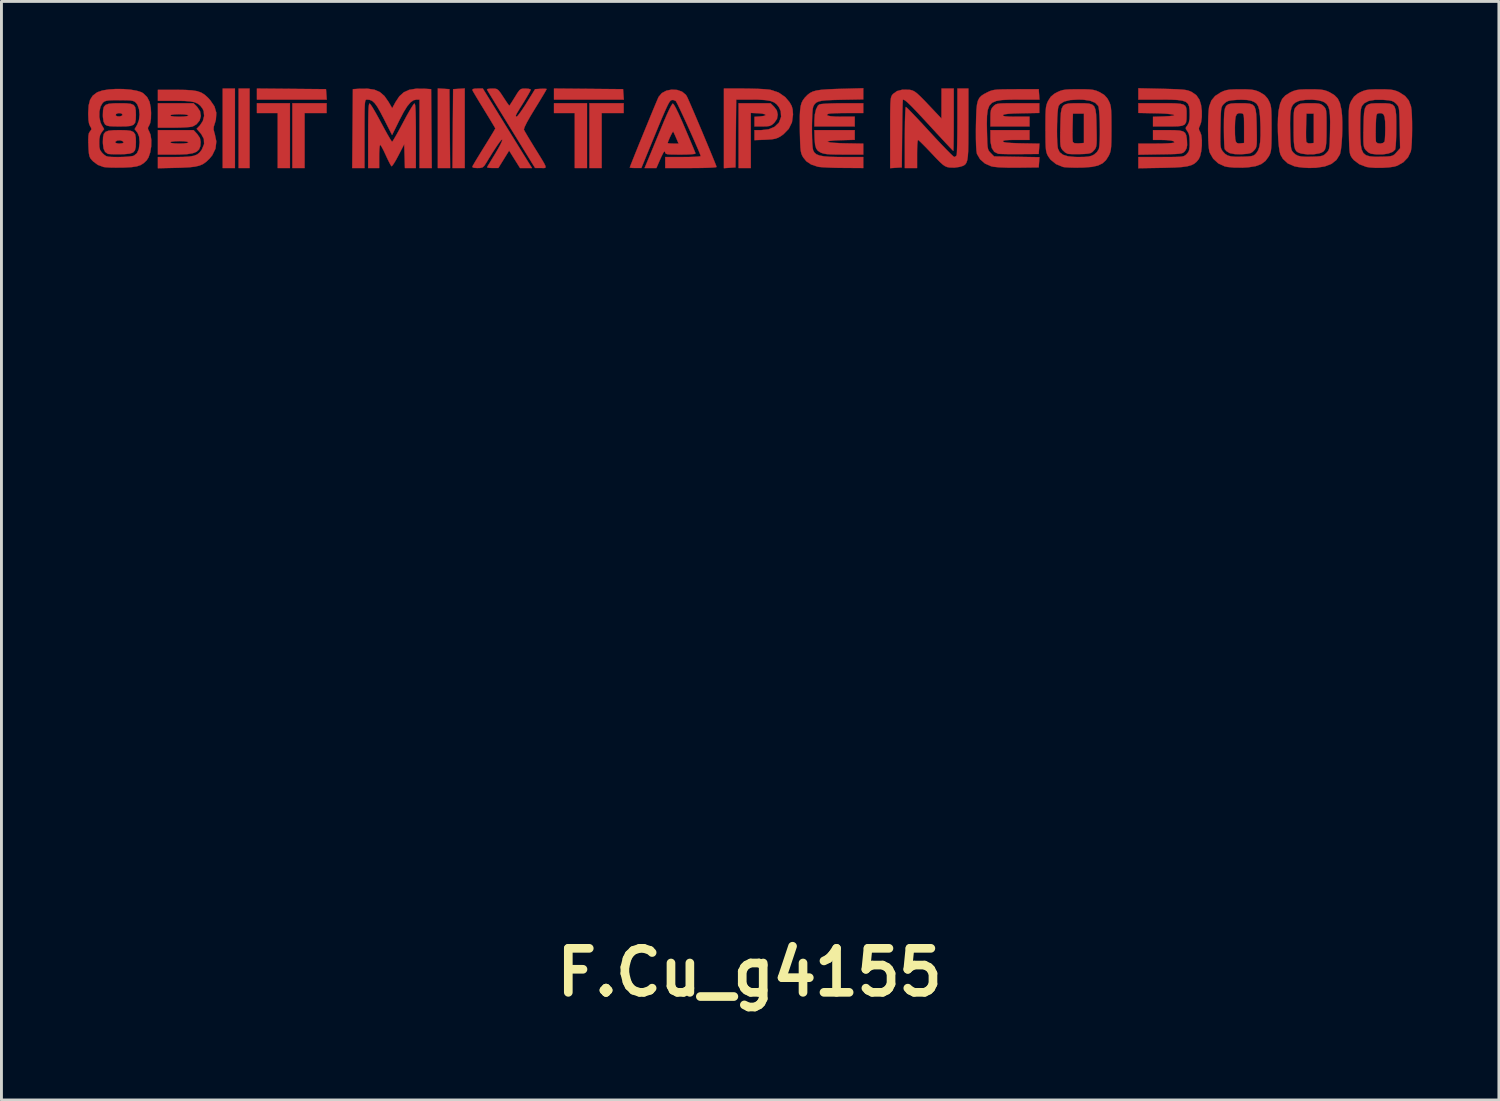
<source format=kicad_pcb>
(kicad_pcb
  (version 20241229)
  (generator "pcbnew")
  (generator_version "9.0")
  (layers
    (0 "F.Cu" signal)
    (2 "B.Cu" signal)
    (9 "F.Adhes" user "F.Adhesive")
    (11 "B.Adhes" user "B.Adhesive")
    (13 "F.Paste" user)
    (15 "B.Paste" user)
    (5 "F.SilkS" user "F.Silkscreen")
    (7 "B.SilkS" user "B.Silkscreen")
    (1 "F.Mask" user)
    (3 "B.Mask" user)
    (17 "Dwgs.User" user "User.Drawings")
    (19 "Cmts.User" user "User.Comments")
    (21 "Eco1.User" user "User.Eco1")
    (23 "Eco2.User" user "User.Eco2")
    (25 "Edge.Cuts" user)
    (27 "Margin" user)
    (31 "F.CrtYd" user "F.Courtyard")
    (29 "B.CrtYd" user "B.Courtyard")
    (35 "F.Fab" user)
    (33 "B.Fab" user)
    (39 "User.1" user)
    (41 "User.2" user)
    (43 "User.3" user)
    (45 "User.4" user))
  (footprint "F.Cu_g4155"
    (layer "F.Cu")
    (at 22.907 30.624)
    (property "Reference" "F.Cu_g4155" (at 0 0 0) (layer "F.SilkS") (effects (font (size 1.524 1.524) (thickness 0.3))))
    (attr through_hole)
    (fp_poly (pts (xy -17.822 -27.855) (xy -18.246 -27.855) (xy -18.246 -30.607) (xy -17.822 -30.607) (xy -17.822 -27.855)) (stroke (width 0.01) (type solid)) (fill yes) (layer "F.Cu"))
    (fp_poly (pts (xy -17.314 -27.855) (xy -17.695 -27.855) (xy -17.695 -30.607) (xy -17.314 -30.607) (xy -17.314 -27.855)) (stroke (width 0.01) (type solid)) (fill yes) (layer "F.Cu"))
    (fp_poly (pts (xy -9.864 -27.855) (xy -10.288 -27.855) (xy -10.266 -30.586) (xy -10.065 -30.599) (xy -9.864 -30.612) (xy -9.864 -27.855)) (stroke (width 0.01) (type solid)) (fill yes) (layer "F.Cu"))
    (fp_poly (pts (xy -15.917 -27.855) (xy -16.341 -27.855) (xy -16.341 -29.76) (xy -17.06 -29.76) (xy -17.06 -30.099) (xy -15.917 -30.099) (xy -15.917 -27.855)) (stroke (width 0.01) (type solid)) (fill yes) (layer "F.Cu"))
    (fp_poly (pts (xy -15.864 -30.597) (xy -14.668 -30.586) (xy -14.655 -30.406) (xy -14.642 -30.226) (xy -17.06 -30.226) (xy -17.06 -30.608) (xy -15.864 -30.597)) (stroke (width 0.01) (type solid)) (fill yes) (layer "F.Cu"))
    (fp_poly (pts (xy -14.647 -29.76) (xy -15.409 -29.76) (xy -15.409 -27.855) (xy -15.833 -27.855) (xy -15.833 -30.099) (xy -14.647 -30.099) (xy -14.647 -29.76)) (stroke (width 0.01) (type solid)) (fill yes) (layer "F.Cu"))
    (fp_poly (pts (xy -10.594 -30.599) (xy -10.393 -30.586) (xy -10.382 -29.221) (xy -10.37 -27.855) (xy -10.795 -27.855) (xy -10.795 -30.612) (xy -10.594 -30.599)) (stroke (width 0.01) (type solid)) (fill yes) (layer "F.Cu"))
    (fp_poly (pts (xy -5.63 -27.855) (xy -6.054 -27.855) (xy -6.054 -29.76) (xy -6.773 -29.76) (xy -6.773 -30.099) (xy -5.63 -30.099) (xy -5.63 -27.855)) (stroke (width 0.01) (type solid)) (fill yes) (layer "F.Cu"))
    (fp_poly (pts (xy -5.577 -30.597) (xy -4.381 -30.586) (xy -4.368 -30.406) (xy -4.355 -30.226) (xy -6.773 -30.226) (xy -6.773 -30.608) (xy -5.577 -30.597)) (stroke (width 0.01) (type solid)) (fill yes) (layer "F.Cu"))
    (fp_poly (pts (xy -4.36 -29.76) (xy -5.122 -29.76) (xy -5.122 -27.855) (xy -5.546 -27.855) (xy -5.546 -30.099) (xy -4.36 -30.099) (xy -4.36 -29.76)) (stroke (width 0.01) (type solid)) (fill yes) (layer "F.Cu"))
    (fp_poly (pts (xy 0.85 -29.975) (xy 0.943 -29.851) (xy 0.973 -29.714) (xy 0.974 -29.697) (xy 0.949 -29.556) (xy 0.863 -29.432) (xy 0.85 -29.418) (xy 0.773 -29.35) (xy 0.696 -29.313) (xy 0.589 -29.298) (xy 0.448 -29.295) (xy 0.169 -29.295) (xy 0.169 -29.629) (xy 0.36 -29.642) (xy 0.498 -29.66) (xy 0.555 -29.687) (xy 0.534 -29.715) (xy 0.44 -29.739) (xy 0.307 -29.752) (xy 0.042 -29.764) (xy 0.042 -27.855) (xy -0.381 -27.855) (xy -0.381 -30.099) (xy 0.726 -30.099) (xy 0.85 -29.975)) (stroke (width 0.01) (type solid)) (fill yes) (layer "F.Cu"))
    (fp_poly (pts (xy 3.641 -28.832) (xy 3.175 -28.82) (xy 2.937 -28.81) (xy 2.782 -28.795) (xy 2.707 -28.778) (xy 2.709 -28.76) (xy 2.788 -28.742) (xy 2.94 -28.727) (xy 3.164 -28.715) (xy 3.313 -28.711) (xy 3.937 -28.7) (xy 3.937 -28.321) (xy 3.27 -28.321) (xy 3.003 -28.323) (xy 2.805 -28.328) (xy 2.663 -28.339) (xy 2.56 -28.357) (xy 2.481 -28.383) (xy 2.455 -28.395) (xy 2.364 -28.454) (xy 2.305 -28.535) (xy 2.27 -28.655) (xy 2.253 -28.832) (xy 2.249 -28.945) (xy 2.244 -29.168) (xy 3.641 -29.168) (xy 3.641 -28.832)) (stroke (width 0.01) (type solid)) (fill yes) (layer "F.Cu"))
    (fp_poly (pts (xy 3.937 -29.76) (xy 3.369 -29.76) (xy 3.153 -29.758) (xy 2.965 -29.753) (xy 2.821 -29.746) (xy 2.741 -29.737) (xy 2.734 -29.735) (xy 2.677 -29.7) (xy 2.7 -29.671) (xy 2.8 -29.65) (xy 2.971 -29.637) (xy 3.177 -29.633) (xy 3.641 -29.633) (xy 3.641 -29.295) (xy 2.244 -29.295) (xy 2.244 -29.496) (xy 2.259 -29.709) (xy 2.301 -29.888) (xy 2.364 -30.013) (xy 2.412 -30.056) (xy 2.481 -30.071) (xy 2.619 -30.083) (xy 2.813 -30.092) (xy 3.046 -30.098) (xy 3.215 -30.099) (xy 3.937 -30.099) (xy 3.937 -29.76)) (stroke (width 0.01) (type solid)) (fill yes) (layer "F.Cu"))
    (fp_poly (pts (xy 9.694 -28.829) (xy 9.225 -28.829) (xy 9.011 -28.827) (xy 8.871 -28.819) (xy 8.795 -28.804) (xy 8.772 -28.782) (xy 8.774 -28.776) (xy 8.808 -28.753) (xy 8.901 -28.736) (xy 9.059 -28.723) (xy 9.291 -28.714) (xy 9.414 -28.711) (xy 10.038 -28.7) (xy 10.025 -28.521) (xy 10.012 -28.342) (xy 9.356 -28.337) (xy 9.121 -28.336) (xy 8.911 -28.338) (xy 8.743 -28.342) (xy 8.633 -28.347) (xy 8.605 -28.35) (xy 8.474 -28.415) (xy 8.387 -28.548) (xy 8.345 -28.752) (xy 8.34 -28.877) (xy 8.34 -29.168) (xy 9.694 -29.168) (xy 9.694 -28.829)) (stroke (width 0.01) (type solid)) (fill yes) (layer "F.Cu"))
    (fp_poly (pts (xy 10.033 -29.763) (xy 9.412 -29.751) (xy 9.147 -29.744) (xy 8.959 -29.733) (xy 8.84 -29.717) (xy 8.782 -29.697) (xy 8.774 -29.686) (xy 8.786 -29.662) (xy 8.851 -29.646) (xy 8.978 -29.637) (xy 9.177 -29.633) (xy 9.225 -29.633) (xy 9.694 -29.633) (xy 9.694 -29.295) (xy 8.34 -29.295) (xy 8.34 -29.593) (xy 8.343 -29.758) (xy 8.359 -29.864) (xy 8.394 -29.938) (xy 8.444 -29.995) (xy 8.484 -30.032) (xy 8.526 -30.06) (xy 8.585 -30.078) (xy 8.673 -30.09) (xy 8.804 -30.096) (xy 8.991 -30.098) (xy 9.247 -30.099) (xy 9.29 -30.099) (xy 10.033 -30.099) (xy 10.033 -29.763)) (stroke (width 0.01) (type solid)) (fill yes) (layer "F.Cu"))
    (fp_poly (pts (xy 14.536 -30.099) (xy 14.759 -30.094) (xy 14.918 -30.08) (xy 15.024 -30.053) (xy 15.088 -30.007) (xy 15.121 -29.938) (xy 15.133 -29.841) (xy 15.134 -29.711) (xy 15.134 -29.697) (xy 15.131 -29.543) (xy 15.113 -29.434) (xy 15.067 -29.363) (xy 14.982 -29.321) (xy 14.844 -29.301) (xy 14.641 -29.295) (xy 14.494 -29.295) (xy 13.97 -29.295) (xy 13.97 -29.63) (xy 14.34 -29.642) (xy 14.541 -29.653) (xy 14.662 -29.668) (xy 14.707 -29.685) (xy 14.679 -29.704) (xy 14.583 -29.721) (xy 14.424 -29.737) (xy 14.204 -29.748) (xy 14.076 -29.751) (xy 13.462 -29.763) (xy 13.462 -30.099) (xy 14.24 -30.099) (xy 14.536 -30.099)) (stroke (width 0.01) (type solid)) (fill yes) (layer "F.Cu"))
    (fp_poly (pts (xy -19.13 -29.036) (xy -19.034 -28.895) (xy -19.008 -28.758) (xy -19.02 -28.611) (xy -19.064 -28.5) (xy -19.149 -28.42) (xy -19.284 -28.367) (xy -19.479 -28.336) (xy -19.743 -28.323) (xy -19.916 -28.321) (xy -20.489 -28.321) (xy -20.489 -28.744) (xy -20.066 -28.744) (xy -20.027 -28.723) (xy -19.92 -28.708) (xy -19.763 -28.702) (xy -19.748 -28.702) (xy -19.589 -28.707) (xy -19.477 -28.721) (xy -19.431 -28.742) (xy -19.431 -28.744) (xy -19.47 -28.766) (xy -19.577 -28.781) (xy -19.734 -28.787) (xy -19.748 -28.787) (xy -19.908 -28.781) (xy -20.02 -28.767) (xy -20.066 -28.746) (xy -20.066 -28.744) (xy -20.489 -28.744) (xy -20.489 -29.168) (xy -19.253 -29.168) (xy -19.13 -29.036)) (stroke (width 0.01) (type solid)) (fill yes) (layer "F.Cu"))
    (fp_poly (pts (xy -19.131 -29.975) (xy -19.029 -29.822) (xy -19.001 -29.657) (xy -19.045 -29.5) (xy -19.155 -29.368) (xy -19.287 -29.293) (xy -19.369 -29.278) (xy -19.516 -29.265) (xy -19.707 -29.256) (xy -19.922 -29.252) (xy -19.942 -29.252) (xy -20.489 -29.252) (xy -20.489 -29.676) (xy -20.066 -29.676) (xy -20.027 -29.654) (xy -19.92 -29.639) (xy -19.763 -29.633) (xy -19.748 -29.633) (xy -19.589 -29.639) (xy -19.477 -29.653) (xy -19.431 -29.674) (xy -19.431 -29.676) (xy -19.47 -29.697) (xy -19.577 -29.712) (xy -19.734 -29.718) (xy -19.748 -29.718) (xy -19.908 -29.713) (xy -20.02 -29.699) (xy -20.066 -29.678) (xy -20.066 -29.676) (xy -20.489 -29.676) (xy -20.489 -30.099) (xy -19.255 -30.099) (xy -19.131 -29.975)) (stroke (width 0.01) (type solid)) (fill yes) (layer "F.Cu"))
    (fp_poly (pts (xy 14.718 -29.165) (xy 14.894 -29.153) (xy 15.011 -29.124) (xy 15.083 -29.071) (xy 15.122 -28.987) (xy 15.141 -28.866) (xy 15.146 -28.802) (xy 15.151 -28.646) (xy 15.134 -28.543) (xy 15.09 -28.462) (xy 15.079 -28.447) (xy 15.046 -28.41) (xy 15.009 -28.383) (xy 14.955 -28.363) (xy 14.872 -28.35) (xy 14.745 -28.341) (xy 14.563 -28.335) (xy 14.313 -28.33) (xy 14.228 -28.329) (xy 13.462 -28.316) (xy 13.462 -28.702) (xy 14.073 -28.702) (xy 14.292 -28.704) (xy 14.48 -28.711) (xy 14.62 -28.721) (xy 14.698 -28.734) (xy 14.708 -28.74) (xy 14.694 -28.779) (xy 14.601 -28.807) (xy 14.433 -28.824) (xy 14.256 -28.828) (xy 13.97 -28.829) (xy 13.97 -29.168) (xy 14.47 -29.168) (xy 14.718 -29.165)) (stroke (width 0.01) (type solid)) (fill yes) (layer "F.Cu"))
    (fp_poly (pts (xy -21.585 -30.096) (xy -21.429 -30.079) (xy -21.331 -30.039) (xy -21.278 -29.967) (xy -21.256 -29.852) (xy -21.251 -29.697) (xy -21.256 -29.535) (xy -21.279 -29.423) (xy -21.334 -29.353) (xy -21.433 -29.314) (xy -21.591 -29.298) (xy -21.819 -29.295) (xy -22.023 -29.297) (xy -22.16 -29.305) (xy -22.247 -29.322) (xy -22.302 -29.351) (xy -22.324 -29.372) (xy -22.372 -29.467) (xy -22.393 -29.625) (xy -22.394 -29.677) (xy -21.951 -29.677) (xy -21.949 -29.674) (xy -21.894 -29.645) (xy -21.809 -29.643) (xy -21.737 -29.666) (xy -21.713 -29.697) (xy -21.747 -29.741) (xy -21.781 -29.753) (xy -21.873 -29.754) (xy -21.939 -29.724) (xy -21.951 -29.677) (xy -22.394 -29.677) (xy -22.394 -29.704) (xy -22.388 -29.862) (xy -22.362 -29.971) (xy -22.301 -30.041) (xy -22.194 -30.079) (xy -22.028 -30.096) (xy -21.812 -30.099) (xy -21.585 -30.096)) (stroke (width 0.01) (type solid)) (fill yes) (layer "F.Cu"))
    (fp_poly (pts (xy -21.587 -29.163) (xy -21.43 -29.144) (xy -21.331 -29.1) (xy -21.277 -29.022) (xy -21.255 -28.901) (xy -21.251 -28.76) (xy -21.257 -28.585) (xy -21.285 -28.467) (xy -21.348 -28.394) (xy -21.46 -28.355) (xy -21.635 -28.337) (xy -21.766 -28.333) (xy -21.947 -28.331) (xy -22.099 -28.335) (xy -22.201 -28.343) (xy -22.225 -28.348) (xy -22.317 -28.413) (xy -22.371 -28.526) (xy -22.393 -28.703) (xy -22.394 -28.763) (xy -21.966 -28.763) (xy -21.954 -28.726) (xy -21.873 -28.704) (xy -21.823 -28.702) (xy -21.725 -28.712) (xy -21.676 -28.736) (xy -21.675 -28.741) (xy -21.711 -28.787) (xy -21.793 -28.813) (xy -21.885 -28.809) (xy -21.902 -28.804) (xy -21.966 -28.763) (xy -22.394 -28.763) (xy -22.394 -28.767) (xy -22.388 -28.927) (xy -22.362 -29.038) (xy -22.302 -29.109) (xy -22.196 -29.148) (xy -22.029 -29.164) (xy -21.815 -29.168) (xy -21.587 -29.163)) (stroke (width 0.01) (type solid)) (fill yes) (layer "F.Cu"))
    (fp_poly (pts (xy 0.058 -30.604) (xy 0.3 -30.597) (xy 0.511 -30.586) (xy 0.669 -30.572) (xy 0.723 -30.564) (xy 1.004 -30.471) (xy 1.237 -30.31) (xy 1.386 -30.133) (xy 1.457 -30.007) (xy 1.492 -29.882) (xy 1.503 -29.718) (xy 1.503 -29.697) (xy 1.467 -29.436) (xy 1.357 -29.213) (xy 1.171 -29.023) (xy 1.093 -28.967) (xy 0.993 -28.908) (xy 0.893 -28.871) (xy 0.766 -28.849) (xy 0.587 -28.837) (xy 0.543 -28.835) (xy 0.169 -28.821) (xy 0.169 -29.168) (xy 0.406 -29.168) (xy 0.662 -29.197) (xy 0.865 -29.283) (xy 1.009 -29.421) (xy 1.021 -29.439) (xy 1.092 -29.629) (xy 1.079 -29.823) (xy 1.021 -29.954) (xy 0.944 -30.056) (xy 0.847 -30.13) (xy 0.717 -30.18) (xy 0.539 -30.209) (xy 0.301 -30.224) (xy 0.09 -30.226) (xy -0.464 -30.226) (xy -0.487 -27.877) (xy -0.688 -27.864) (xy -0.889 -27.851) (xy -0.889 -30.607) (xy -0.196 -30.607) (xy 0.058 -30.604)) (stroke (width 0.01) (type solid)) (fill yes) (layer "F.Cu"))
    (fp_poly (pts (xy -12.989 -30.567) (xy -12.8 -30.484) (xy -12.643 -30.347) (xy -12.505 -30.149) (xy -12.498 -30.138) (xy -12.376 -29.927) (xy -12.262 -30.137) (xy -12.129 -30.338) (xy -11.975 -30.478) (xy -11.786 -30.564) (xy -11.547 -30.603) (xy -11.246 -30.6) (xy -11.239 -30.6) (xy -11.028 -30.586) (xy -11.017 -29.221) (xy -11.005 -27.855) (xy -11.43 -27.855) (xy -11.43 -30.226) (xy -11.533 -30.226) (xy -11.637 -30.203) (xy -11.743 -30.128) (xy -11.855 -29.994) (xy -11.979 -29.794) (xy -12.122 -29.521) (xy -12.127 -29.511) (xy -12.38 -28.998) (xy -12.666 -29.563) (xy -12.794 -29.808) (xy -12.897 -29.985) (xy -12.985 -30.105) (xy -13.067 -30.179) (xy -13.151 -30.215) (xy -13.247 -30.226) (xy -13.252 -30.226) (xy -13.277 -30.223) (xy -13.296 -30.208) (xy -13.31 -30.172) (xy -13.32 -30.105) (xy -13.327 -29.998) (xy -13.332 -29.842) (xy -13.334 -29.628) (xy -13.335 -29.347) (xy -13.335 -29.041) (xy -13.335 -27.855) (xy -13.76 -27.855) (xy -13.737 -30.586) (xy -13.525 -30.6) (xy -13.226 -30.603) (xy -12.989 -30.567)) (stroke (width 0.01) (type solid)) (fill yes) (layer "F.Cu"))
    (fp_poly (pts (xy 10.025 -30.406) (xy 10.038 -30.226) (xy 9.336 -30.226) (xy 8.996 -30.223) (xy 8.732 -30.21) (xy 8.535 -30.176) (xy 8.394 -30.114) (xy 8.301 -30.013) (xy 8.247 -29.866) (xy 8.221 -29.663) (xy 8.216 -29.394) (xy 8.22 -29.142) (xy 8.226 -28.894) (xy 8.232 -28.717) (xy 8.242 -28.594) (xy 8.258 -28.512) (xy 8.282 -28.456) (xy 8.317 -28.41) (xy 8.351 -28.375) (xy 8.468 -28.258) (xy 9.253 -28.244) (xy 10.038 -28.231) (xy 10.012 -27.877) (xy 9.292 -27.868) (xy 8.929 -27.869) (xy 8.648 -27.879) (xy 8.448 -27.899) (xy 8.369 -27.915) (xy 8.154 -28.009) (xy 7.985 -28.155) (xy 7.878 -28.336) (xy 7.87 -28.362) (xy 7.855 -28.461) (xy 7.844 -28.632) (xy 7.838 -28.864) (xy 7.837 -29.144) (xy 7.839 -29.323) (xy 7.846 -29.635) (xy 7.856 -29.874) (xy 7.875 -30.053) (xy 7.906 -30.184) (xy 7.954 -30.28) (xy 8.022 -30.353) (xy 8.116 -30.416) (xy 8.234 -30.478) (xy 8.311 -30.515) (xy 8.385 -30.541) (xy 8.471 -30.56) (xy 8.582 -30.572) (xy 8.733 -30.579) (xy 8.94 -30.582) (xy 9.216 -30.584) (xy 9.226 -30.584) (xy 10.012 -30.586) (xy 10.025 -30.406)) (stroke (width 0.01) (type solid)) (fill yes) (layer "F.Cu"))
    (fp_poly (pts (xy -2.623 -30.054) (xy -2.558 -29.942) (xy -2.467 -29.757) (xy -2.352 -29.502) (xy -2.244 -29.251) (xy -2.137 -29) (xy -2.042 -28.775) (xy -1.963 -28.587) (xy -1.906 -28.449) (xy -1.874 -28.372) (xy -1.87 -28.362) (xy -1.904 -28.344) (xy -2.012 -28.332) (xy -2.186 -28.323) (xy -2.385 -28.321) (xy -2.605 -28.322) (xy -2.754 -28.325) (xy -2.847 -28.334) (xy -2.898 -28.351) (xy -2.92 -28.378) (xy -2.929 -28.413) (xy -2.946 -28.436) (xy -2.984 -28.389) (xy -3.045 -28.268) (xy -3.085 -28.181) (xy -3.227 -27.855) (xy -3.636 -27.855) (xy -3.42 -28.374) (xy -3.319 -28.618) (xy -3.277 -28.72) (xy -2.836 -28.72) (xy -2.798 -28.709) (xy -2.703 -28.703) (xy -2.647 -28.702) (xy -2.458 -28.702) (xy -2.544 -28.902) (xy -2.596 -29.019) (xy -2.635 -29.1) (xy -2.647 -29.12) (xy -2.67 -29.094) (xy -2.712 -29.016) (xy -2.762 -28.912) (xy -2.806 -28.81) (xy -2.833 -28.736) (xy -2.836 -28.72) (xy -3.277 -28.72) (xy -3.2 -28.906) (xy -3.077 -29.202) (xy -2.966 -29.471) (xy -2.96 -29.485) (xy -2.871 -29.692) (xy -2.789 -29.869) (xy -2.721 -30.002) (xy -2.673 -30.077) (xy -2.659 -30.089) (xy -2.623 -30.054)) (stroke (width 0.01) (type solid)) (fill yes) (layer "F.Cu"))
    (fp_poly (pts (xy 19.591 -30.097) (xy 19.709 -30.087) (xy 19.787 -30.064) (xy 19.847 -30.024) (xy 19.877 -29.995) (xy 19.917 -29.953) (xy 19.944 -29.908) (xy 19.963 -29.846) (xy 19.973 -29.752) (xy 19.979 -29.612) (xy 19.98 -29.412) (xy 19.98 -29.223) (xy 19.978 -28.945) (xy 19.97 -28.74) (xy 19.953 -28.594) (xy 19.924 -28.496) (xy 19.877 -28.433) (xy 19.811 -28.392) (xy 19.722 -28.362) (xy 19.534 -28.331) (xy 19.316 -28.328) (xy 19.118 -28.354) (xy 19.078 -28.364) (xy 18.994 -28.395) (xy 18.933 -28.438) (xy 18.891 -28.505) (xy 18.863 -28.61) (xy 18.848 -28.764) (xy 18.841 -28.979) (xy 18.841 -29.082) (xy 19.268 -29.082) (xy 19.269 -28.917) (xy 19.274 -28.8) (xy 19.281 -28.755) (xy 19.338 -28.713) (xy 19.42 -28.71) (xy 19.537 -28.723) (xy 19.537 -29.739) (xy 19.283 -29.739) (xy 19.271 -29.276) (xy 19.268 -29.082) (xy 18.841 -29.082) (xy 18.84 -29.223) (xy 18.84 -29.475) (xy 18.842 -29.656) (xy 18.849 -29.782) (xy 18.861 -29.865) (xy 18.882 -29.922) (xy 18.913 -29.964) (xy 18.942 -29.995) (xy 19.001 -30.046) (xy 19.067 -30.077) (xy 19.163 -30.093) (xy 19.31 -30.099) (xy 19.41 -30.099) (xy 19.591 -30.097)) (stroke (width 0.01) (type solid)) (fill yes) (layer "F.Cu"))
    (fp_poly (pts (xy -19.844 -30.564) (xy -19.543 -30.56) (xy -19.312 -30.546) (xy -19.134 -30.518) (xy -18.993 -30.47) (xy -18.874 -30.397) (xy -18.761 -30.296) (xy -18.68 -30.207) (xy -18.531 -29.991) (xy -18.466 -29.768) (xy -18.481 -29.532) (xy -18.514 -29.417) (xy -18.555 -29.287) (xy -18.561 -29.19) (xy -18.535 -29.081) (xy -18.521 -29.04) (xy -18.466 -28.776) (xy -18.495 -28.528) (xy -18.606 -28.298) (xy -18.703 -28.18) (xy -18.813 -28.074) (xy -18.923 -27.995) (xy -19.049 -27.94) (xy -19.207 -27.903) (xy -19.411 -27.88) (xy -19.678 -27.867) (xy -19.823 -27.863) (xy -20.489 -27.848) (xy -20.489 -28.236) (xy -19.895 -28.236) (xy -19.612 -28.24) (xy -19.401 -28.253) (xy -19.246 -28.279) (xy -19.133 -28.323) (xy -19.048 -28.389) (xy -18.978 -28.48) (xy -18.964 -28.503) (xy -18.889 -28.688) (xy -18.898 -28.864) (xy -18.991 -29.035) (xy -19.014 -29.062) (xy -19.147 -29.214) (xy -19.032 -29.334) (xy -18.933 -29.485) (xy -18.888 -29.658) (xy -18.903 -29.825) (xy -18.941 -29.91) (xy -19.017 -30.01) (xy -19.105 -30.083) (xy -19.217 -30.133) (xy -19.369 -30.163) (xy -19.575 -30.179) (xy -19.85 -30.183) (xy -19.886 -30.184) (xy -20.489 -30.184) (xy -20.489 -30.565) (xy -19.844 -30.564)) (stroke (width 0.01) (type solid)) (fill yes) (layer "F.Cu"))
    (fp_poly (pts (xy 7.07 -29.527) (xy 7.069 -29.235) (xy 7.068 -28.973) (xy 7.065 -28.752) (xy 7.062 -28.583) (xy 7.058 -28.479) (xy 7.055 -28.448) (xy 7.024 -28.478) (xy 6.943 -28.562) (xy 6.819 -28.693) (xy 6.661 -28.863) (xy 6.475 -29.063) (xy 6.27 -29.286) (xy 6.245 -29.314) (xy 5.995 -29.584) (xy 5.796 -29.797) (xy 5.641 -29.959) (xy 5.522 -30.077) (xy 5.435 -30.156) (xy 5.373 -30.203) (xy 5.328 -30.223) (xy 5.31 -30.226) (xy 5.305 -30.185) (xy 5.3 -30.071) (xy 5.295 -29.893) (xy 5.29 -29.663) (xy 5.286 -29.392) (xy 5.282 -29.089) (xy 5.282 -29.051) (xy 5.271 -27.877) (xy 4.868 -27.851) (xy 4.868 -29.078) (xy 4.868 -29.433) (xy 4.869 -29.712) (xy 4.872 -29.927) (xy 4.876 -30.087) (xy 4.884 -30.202) (xy 4.895 -30.281) (xy 4.911 -30.336) (xy 4.931 -30.375) (xy 4.958 -30.41) (xy 4.966 -30.419) (xy 5.105 -30.52) (xy 5.297 -30.57) (xy 5.525 -30.566) (xy 5.567 -30.56) (xy 5.64 -30.541) (xy 5.714 -30.504) (xy 5.8 -30.44) (xy 5.91 -30.338) (xy 6.057 -30.19) (xy 6.19 -30.05) (xy 6.644 -29.57) (xy 6.645 -30.088) (xy 6.646 -30.607) (xy 7.07 -30.607) (xy 7.07 -29.527)) (stroke (width 0.01) (type solid)) (fill yes) (layer "F.Cu"))
    (fp_poly (pts (xy 11.596 -30.098) (xy 11.751 -30.087) (xy 11.86 -30.055) (xy 11.933 -29.991) (xy 11.976 -29.884) (xy 11.999 -29.724) (xy 12.01 -29.499) (xy 12.015 -29.262) (xy 12.02 -29.008) (xy 12.021 -28.825) (xy 12.016 -28.697) (xy 12.005 -28.611) (xy 11.986 -28.552) (xy 11.957 -28.504) (xy 11.926 -28.468) (xy 11.87 -28.409) (xy 11.809 -28.373) (xy 11.721 -28.353) (xy 11.584 -28.342) (xy 11.468 -28.338) (xy 11.291 -28.336) (xy 11.137 -28.338) (xy 11.034 -28.346) (xy 11.018 -28.348) (xy 10.926 -28.395) (xy 10.836 -28.48) (xy 10.835 -28.481) (xy 10.802 -28.529) (xy 10.779 -28.583) (xy 10.764 -28.659) (xy 10.757 -28.769) (xy 10.755 -28.93) (xy 10.757 -29.082) (xy 11.182 -29.082) (xy 11.183 -28.917) (xy 11.189 -28.8) (xy 11.195 -28.755) (xy 11.25 -28.716) (xy 11.377 -28.709) (xy 11.398 -28.71) (xy 11.578 -28.723) (xy 11.578 -29.739) (xy 11.197 -29.739) (xy 11.185 -29.276) (xy 11.182 -29.082) (xy 10.757 -29.082) (xy 10.758 -29.155) (xy 10.76 -29.265) (xy 10.767 -29.55) (xy 10.779 -29.761) (xy 10.806 -29.91) (xy 10.855 -30.007) (xy 10.934 -30.063) (xy 11.053 -30.09) (xy 11.218 -30.098) (xy 11.388 -30.099) (xy 11.596 -30.098)) (stroke (width 0.01) (type solid)) (fill yes) (layer "F.Cu"))
    (fp_poly (pts (xy -11.593 -30.077) (xy -11.58 -30.024) (xy -11.571 -29.922) (xy -11.564 -29.763) (xy -11.56 -29.541) (xy -11.557 -29.247) (xy -11.557 -28.981) (xy -11.557 -27.855) (xy -11.935 -27.855) (xy -11.959 -28.681) (xy -12.162 -28.288) (xy -12.248 -28.128) (xy -12.323 -28.004) (xy -12.378 -27.93) (xy -12.399 -27.916) (xy -12.431 -27.962) (xy -12.487 -28.068) (xy -12.558 -28.213) (xy -12.597 -28.299) (xy -12.671 -28.456) (xy -12.735 -28.578) (xy -12.78 -28.649) (xy -12.793 -28.66) (xy -12.808 -28.62) (xy -12.819 -28.515) (xy -12.826 -28.361) (xy -12.827 -28.258) (xy -12.827 -27.855) (xy -13.208 -27.855) (xy -13.208 -28.981) (xy -13.207 -29.332) (xy -13.204 -29.606) (xy -13.2 -29.811) (xy -13.192 -29.954) (xy -13.181 -30.042) (xy -13.168 -30.084) (xy -13.155 -30.089) (xy -13.119 -30.048) (xy -13.051 -29.944) (xy -12.96 -29.789) (xy -12.853 -29.597) (xy -12.757 -29.419) (xy -12.643 -29.207) (xy -12.541 -29.023) (xy -12.458 -28.881) (xy -12.402 -28.791) (xy -12.379 -28.765) (xy -12.35 -28.801) (xy -12.29 -28.9) (xy -12.204 -29.05) (xy -12.101 -29.239) (xy -12.005 -29.419) (xy -11.891 -29.633) (xy -11.786 -29.82) (xy -11.699 -29.966) (xy -11.637 -30.06) (xy -11.61 -30.089) (xy -11.593 -30.077)) (stroke (width 0.01) (type solid)) (fill yes) (layer "F.Cu"))
    (fp_poly (pts (xy 3.937 -30.233) (xy 3.186 -30.219) (xy 2.888 -30.212) (xy 2.662 -30.201) (xy 2.498 -30.184) (xy 2.382 -30.157) (xy 2.303 -30.118) (xy 2.249 -30.064) (xy 2.208 -29.992) (xy 2.204 -29.983) (xy 2.187 -29.901) (xy 2.174 -29.754) (xy 2.165 -29.559) (xy 2.16 -29.337) (xy 2.16 -29.105) (xy 2.164 -28.883) (xy 2.173 -28.69) (xy 2.186 -28.544) (xy 2.201 -28.47) (xy 2.244 -28.392) (xy 2.314 -28.332) (xy 2.421 -28.289) (xy 2.575 -28.261) (xy 2.787 -28.244) (xy 3.068 -28.237) (xy 3.237 -28.236) (xy 3.937 -28.236) (xy 3.937 -27.855) (xy 3.228 -27.86) (xy 2.978 -27.863) (xy 2.747 -27.871) (xy 2.552 -27.881) (xy 2.411 -27.893) (xy 2.359 -27.902) (xy 2.131 -27.978) (xy 1.965 -28.09) (xy 1.856 -28.225) (xy 1.819 -28.29) (xy 1.792 -28.359) (xy 1.773 -28.446) (xy 1.76 -28.566) (xy 1.751 -28.735) (xy 1.745 -28.967) (xy 1.742 -29.079) (xy 1.738 -29.405) (xy 1.739 -29.658) (xy 1.749 -29.852) (xy 1.769 -29.999) (xy 1.8 -30.112) (xy 1.846 -30.203) (xy 1.907 -30.285) (xy 1.918 -30.298) (xy 2.003 -30.386) (xy 2.09 -30.454) (xy 2.192 -30.505) (xy 2.323 -30.541) (xy 2.495 -30.566) (xy 2.721 -30.582) (xy 3.013 -30.594) (xy 3.143 -30.597) (xy 3.937 -30.619) (xy 3.937 -30.233)) (stroke (width 0.01) (type solid)) (fill yes) (layer "F.Cu"))
    (fp_poly (pts (xy -8.589 -29.559) (xy -8.412 -29.272) (xy -8.238 -28.99) (xy -8.076 -28.728) (xy -7.934 -28.498) (xy -7.82 -28.314) (xy -7.741 -28.187) (xy -7.739 -28.183) (xy -7.535 -27.855) (xy -7.949 -27.855) (xy -8.327 -28.459) (xy -8.513 -28.158) (xy -8.7 -27.856) (xy -8.903 -27.856) (xy -9.017 -27.861) (xy -9.083 -27.876) (xy -9.089 -27.887) (xy -9.062 -27.934) (xy -8.999 -28.037) (xy -8.911 -28.183) (xy -8.808 -28.352) (xy -8.707 -28.525) (xy -8.626 -28.674) (xy -8.576 -28.785) (xy -8.562 -28.839) (xy -8.591 -28.83) (xy -8.658 -28.752) (xy -8.757 -28.611) (xy -8.887 -28.412) (xy -9.043 -28.161) (xy -9.111 -28.048) (xy -9.184 -27.935) (xy -9.246 -27.878) (xy -9.327 -27.858) (xy -9.423 -27.855) (xy -9.546 -27.862) (xy -9.597 -27.886) (xy -9.598 -27.91) (xy -9.569 -27.963) (xy -9.504 -28.075) (xy -9.409 -28.232) (xy -9.292 -28.423) (xy -9.191 -28.587) (xy -9.065 -28.79) (xy -8.956 -28.968) (xy -8.872 -29.108) (xy -8.82 -29.198) (xy -8.805 -29.226) (xy -8.826 -29.266) (xy -8.885 -29.366) (xy -8.974 -29.514) (xy -9.086 -29.698) (xy -9.189 -29.867) (xy -9.317 -30.075) (xy -9.429 -30.26) (xy -9.518 -30.41) (xy -9.577 -30.511) (xy -9.596 -30.548) (xy -9.59 -30.586) (xy -9.524 -30.604) (xy -9.427 -30.607) (xy -9.236 -30.607) (xy -8.589 -29.559)) (stroke (width 0.01) (type solid)) (fill yes) (layer "F.Cu"))
    (fp_poly (pts (xy 7.578 -29.368) (xy 7.577 -28.988) (xy 7.575 -28.685) (xy 7.57 -28.448) (xy 7.558 -28.268) (xy 7.54 -28.137) (xy 7.511 -28.046) (xy 7.472 -27.985) (xy 7.42 -27.945) (xy 7.353 -27.918) (xy 7.272 -27.895) (xy 7.11 -27.871) (xy 6.94 -27.872) (xy 6.915 -27.875) (xy 6.838 -27.891) (xy 6.767 -27.921) (xy 6.689 -27.975) (xy 6.592 -28.063) (xy 6.462 -28.194) (xy 6.3 -28.366) (xy 6.146 -28.528) (xy 6.012 -28.665) (xy 5.908 -28.767) (xy 5.846 -28.822) (xy 5.833 -28.829) (xy 5.82 -28.789) (xy 5.809 -28.682) (xy 5.802 -28.523) (xy 5.8 -28.342) (xy 5.8 -27.855) (xy 5.376 -27.855) (xy 5.376 -28.914) (xy 5.378 -29.203) (xy 5.381 -29.462) (xy 5.387 -29.68) (xy 5.395 -29.845) (xy 5.403 -29.945) (xy 5.411 -29.972) (xy 5.448 -29.942) (xy 5.534 -29.857) (xy 5.661 -29.726) (xy 5.823 -29.556) (xy 6.011 -29.355) (xy 6.217 -29.131) (xy 6.242 -29.104) (xy 6.451 -28.878) (xy 6.643 -28.674) (xy 6.811 -28.5) (xy 6.947 -28.363) (xy 7.042 -28.273) (xy 7.089 -28.237) (xy 7.091 -28.236) (xy 7.151 -28.271) (xy 7.171 -28.303) (xy 7.178 -28.362) (xy 7.184 -28.494) (xy 7.189 -28.687) (xy 7.193 -28.928) (xy 7.196 -29.206) (xy 7.197 -29.489) (xy 7.197 -30.607) (xy 7.578 -30.607) (xy 7.578 -29.368)) (stroke (width 0.01) (type solid)) (fill yes) (layer "F.Cu"))
    (fp_poly (pts (xy 17.172 -30.097) (xy 17.315 -30.085) (xy 17.416 -30.051) (xy 17.483 -29.984) (xy 17.524 -29.873) (xy 17.546 -29.707) (xy 17.556 -29.476) (xy 17.561 -29.262) (xy 17.565 -29.008) (xy 17.566 -28.825) (xy 17.562 -28.697) (xy 17.551 -28.611) (xy 17.532 -28.551) (xy 17.502 -28.504) (xy 17.473 -28.469) (xy 17.411 -28.407) (xy 17.341 -28.37) (xy 17.238 -28.349) (xy 17.078 -28.336) (xy 17.057 -28.335) (xy 16.813 -28.336) (xy 16.643 -28.367) (xy 16.612 -28.379) (xy 16.513 -28.44) (xy 16.454 -28.507) (xy 16.453 -28.51) (xy 16.443 -28.576) (xy 16.435 -28.71) (xy 16.429 -28.895) (xy 16.426 -29.117) (xy 16.425 -29.251) (xy 16.806 -29.251) (xy 16.808 -29.024) (xy 16.817 -28.869) (xy 16.838 -28.773) (xy 16.874 -28.724) (xy 16.93 -28.708) (xy 16.992 -28.71) (xy 17.124 -28.723) (xy 17.124 -29.231) (xy 17.123 -29.445) (xy 17.12 -29.589) (xy 17.11 -29.678) (xy 17.092 -29.725) (xy 17.063 -29.745) (xy 17.026 -29.753) (xy 16.934 -29.754) (xy 16.871 -29.719) (xy 16.832 -29.636) (xy 16.813 -29.494) (xy 16.806 -29.281) (xy 16.806 -29.251) (xy 16.425 -29.251) (xy 16.425 -29.254) (xy 16.427 -29.541) (xy 16.435 -29.755) (xy 16.457 -29.905) (xy 16.501 -30.004) (xy 16.574 -30.062) (xy 16.683 -30.089) (xy 16.834 -30.098) (xy 16.979 -30.099) (xy 17.172 -30.097)) (stroke (width 0.01) (type solid)) (fill yes) (layer "F.Cu"))
    (fp_poly (pts (xy 22.028 -30.097) (xy 22.168 -30.085) (xy 22.266 -30.051) (xy 22.331 -29.984) (xy 22.369 -29.874) (xy 22.388 -29.709) (xy 22.394 -29.48) (xy 22.394 -29.248) (xy 22.392 -29.012) (xy 22.385 -28.801) (xy 22.375 -28.633) (xy 22.361 -28.523) (xy 22.353 -28.492) (xy 22.268 -28.414) (xy 22.12 -28.358) (xy 21.927 -28.328) (xy 21.71 -28.327) (xy 21.517 -28.351) (xy 21.425 -28.396) (xy 21.335 -28.48) (xy 21.334 -28.481) (xy 21.301 -28.529) (xy 21.278 -28.583) (xy 21.263 -28.659) (xy 21.256 -28.769) (xy 21.254 -28.93) (xy 21.256 -29.083) (xy 21.681 -29.083) (xy 21.682 -28.918) (xy 21.687 -28.802) (xy 21.693 -28.758) (xy 21.748 -28.714) (xy 21.842 -28.703) (xy 21.935 -28.723) (xy 21.988 -28.769) (xy 21.999 -28.839) (xy 22.007 -28.971) (xy 22.012 -29.143) (xy 22.013 -29.251) (xy 22.008 -29.473) (xy 21.99 -29.623) (xy 21.954 -29.712) (xy 21.894 -29.752) (xy 21.806 -29.755) (xy 21.793 -29.753) (xy 21.751 -29.743) (xy 21.722 -29.717) (xy 21.704 -29.66) (xy 21.694 -29.557) (xy 21.687 -29.392) (xy 21.684 -29.276) (xy 21.681 -29.083) (xy 21.256 -29.083) (xy 21.257 -29.155) (xy 21.259 -29.265) (xy 21.266 -29.55) (xy 21.279 -29.761) (xy 21.305 -29.91) (xy 21.353 -30.007) (xy 21.429 -30.063) (xy 21.542 -30.09) (xy 21.699 -30.098) (xy 21.841 -30.099) (xy 22.028 -30.097)) (stroke (width 0.01) (type solid)) (fill yes) (layer "F.Cu"))
    (fp_poly (pts (xy 14.298 -30.599) (xy 14.59 -30.591) (xy 14.81 -30.583) (xy 14.973 -30.573) (xy 15.093 -30.559) (xy 15.182 -30.54) (xy 15.255 -30.514) (xy 15.317 -30.485) (xy 15.472 -30.376) (xy 15.574 -30.227) (xy 15.581 -30.213) (xy 15.633 -30.042) (xy 15.66 -29.834) (xy 15.66 -29.621) (xy 15.634 -29.434) (xy 15.599 -29.335) (xy 15.559 -29.24) (xy 15.566 -29.17) (xy 15.604 -29.104) (xy 15.644 -28.989) (xy 15.662 -28.82) (xy 15.66 -28.624) (xy 15.639 -28.43) (xy 15.6 -28.263) (xy 15.552 -28.161) (xy 15.478 -28.072) (xy 15.395 -28.003) (xy 15.29 -27.952) (xy 15.153 -27.915) (xy 14.972 -27.89) (xy 14.733 -27.874) (xy 14.426 -27.865) (xy 14.298 -27.862) (xy 13.462 -27.848) (xy 13.462 -28.236) (xy 14.247 -28.236) (xy 14.523 -28.237) (xy 14.727 -28.239) (xy 14.872 -28.244) (xy 14.971 -28.253) (xy 15.037 -28.269) (xy 15.083 -28.293) (xy 15.121 -28.325) (xy 15.136 -28.34) (xy 15.193 -28.408) (xy 15.224 -28.487) (xy 15.238 -28.602) (xy 15.24 -28.737) (xy 15.233 -28.919) (xy 15.209 -29.041) (xy 15.162 -29.128) (xy 15.16 -29.131) (xy 15.107 -29.207) (xy 15.108 -29.26) (xy 15.16 -29.332) (xy 15.21 -29.424) (xy 15.235 -29.556) (xy 15.24 -29.698) (xy 15.237 -29.862) (xy 15.22 -29.989) (xy 15.18 -30.082) (xy 15.106 -30.147) (xy 14.99 -30.188) (xy 14.821 -30.212) (xy 14.59 -30.223) (xy 14.285 -30.226) (xy 14.205 -30.226) (xy 13.462 -30.226) (xy 13.462 -30.618) (xy 14.298 -30.599)) (stroke (width 0.01) (type solid)) (fill yes) (layer "F.Cu"))
    (fp_poly (pts (xy -2.51 -30.56) (xy -2.34 -30.501) (xy -2.209 -30.394) (xy -2.172 -30.337) (xy -2.135 -30.259) (xy -2.074 -30.121) (xy -1.992 -29.932) (xy -1.895 -29.707) (xy -1.788 -29.454) (xy -1.675 -29.188) (xy -1.562 -28.918) (xy -1.453 -28.657) (xy -1.353 -28.417) (xy -1.267 -28.208) (xy -1.2 -28.043) (xy -1.157 -27.934) (xy -1.143 -27.891) (xy -1.183 -27.88) (xy -1.296 -27.871) (xy -1.468 -27.863) (xy -1.688 -27.858) (xy -1.944 -27.856) (xy -2.032 -27.855) (xy -2.921 -27.855) (xy -2.921 -28.236) (xy -2.307 -28.236) (xy -2.09 -28.238) (xy -1.907 -28.244) (xy -1.772 -28.253) (xy -1.701 -28.264) (xy -1.693 -28.269) (xy -1.71 -28.323) (xy -1.757 -28.44) (xy -1.829 -28.607) (xy -1.918 -28.811) (xy -2.019 -29.039) (xy -2.126 -29.277) (xy -2.233 -29.511) (xy -2.335 -29.73) (xy -2.424 -29.919) (xy -2.495 -30.065) (xy -2.542 -30.154) (xy -2.556 -30.176) (xy -2.646 -30.214) (xy -2.701 -30.208) (xy -2.726 -30.195) (xy -2.754 -30.168) (xy -2.787 -30.121) (xy -2.828 -30.046) (xy -2.881 -29.936) (xy -2.949 -29.784) (xy -3.036 -29.583) (xy -3.143 -29.327) (xy -3.275 -29.007) (xy -3.435 -28.618) (xy -3.474 -28.523) (xy -3.747 -27.857) (xy -3.948 -27.856) (xy -4.065 -27.859) (xy -4.137 -27.868) (xy -4.149 -27.874) (xy -4.133 -27.918) (xy -4.09 -28.029) (xy -4.024 -28.195) (xy -3.94 -28.404) (xy -3.843 -28.645) (xy -3.736 -28.906) (xy -3.626 -29.175) (xy -3.517 -29.441) (xy -3.414 -29.692) (xy -3.321 -29.917) (xy -3.243 -30.103) (xy -3.185 -30.24) (xy -3.152 -30.315) (xy -3.149 -30.321) (xy -3.038 -30.451) (xy -2.881 -30.535) (xy -2.698 -30.571) (xy -2.51 -30.56)) (stroke (width 0.01) (type solid)) (fill yes) (layer "F.Cu"))
    (fp_poly (pts (xy -7.651 -30.599) (xy -7.585 -30.578) (xy -7.578 -30.567) (xy -7.599 -30.517) (xy -7.657 -30.412) (xy -7.742 -30.267) (xy -7.833 -30.117) (xy -7.951 -29.929) (xy -8.029 -29.801) (xy -8.075 -29.72) (xy -8.094 -29.674) (xy -8.093 -29.651) (xy -8.077 -29.637) (xy -8.069 -29.633) (xy -8.035 -29.659) (xy -7.966 -29.746) (xy -7.872 -29.879) (xy -7.761 -30.048) (xy -7.73 -30.099) (xy -7.428 -30.586) (xy -7.227 -30.599) (xy -7.111 -30.602) (xy -7.039 -30.596) (xy -7.027 -30.589) (xy -7.049 -30.548) (xy -7.107 -30.447) (xy -7.197 -30.297) (xy -7.31 -30.11) (xy -7.434 -29.909) (xy -7.596 -29.641) (xy -7.715 -29.43) (xy -7.788 -29.28) (xy -7.815 -29.195) (xy -7.814 -29.182) (xy -7.783 -29.123) (xy -7.716 -29.007) (xy -7.621 -28.848) (xy -7.507 -28.662) (xy -7.457 -28.579) (xy -7.303 -28.332) (xy -7.19 -28.148) (xy -7.114 -28.018) (xy -7.072 -27.933) (xy -7.062 -27.884) (xy -7.081 -27.861) (xy -7.125 -27.854) (xy -7.192 -27.856) (xy -7.227 -27.856) (xy -7.429 -27.858) (xy -8.255 -29.198) (xy -8.442 -29.503) (xy -8.615 -29.785) (xy -8.77 -30.036) (xy -8.899 -30.249) (xy -9 -30.414) (xy -9.067 -30.525) (xy -9.094 -30.572) (xy -9.095 -30.573) (xy -9.066 -30.593) (xy -8.976 -30.605) (xy -8.914 -30.607) (xy -8.817 -30.605) (xy -8.749 -30.588) (xy -8.69 -30.543) (xy -8.622 -30.455) (xy -8.527 -30.311) (xy -8.438 -30.175) (xy -8.367 -30.072) (xy -8.326 -30.019) (xy -8.321 -30.014) (xy -8.294 -30.048) (xy -8.236 -30.137) (xy -8.156 -30.265) (xy -8.128 -30.311) (xy -8.038 -30.456) (xy -7.974 -30.544) (xy -7.917 -30.589) (xy -7.85 -30.605) (xy -7.763 -30.607) (xy -7.651 -30.599)) (stroke (width 0.01) (type solid)) (fill yes) (layer "F.Cu"))
    (fp_poly (pts (xy 19.627 -30.579) (xy 19.782 -30.57) (xy 19.898 -30.551) (xy 19.997 -30.519) (xy 20.088 -30.478) (xy 20.255 -30.377) (xy 20.369 -30.259) (xy 20.443 -30.104) (xy 20.492 -29.887) (xy 20.496 -29.865) (xy 20.516 -29.678) (xy 20.525 -29.448) (xy 20.525 -29.194) (xy 20.517 -28.938) (xy 20.501 -28.699) (xy 20.478 -28.497) (xy 20.449 -28.352) (xy 20.437 -28.319) (xy 20.322 -28.136) (xy 20.151 -28) (xy 19.918 -27.911) (xy 19.618 -27.865) (xy 19.376 -27.858) (xy 19.187 -27.868) (xy 18.999 -27.89) (xy 18.869 -27.915) (xy 18.638 -28.015) (xy 18.467 -28.174) (xy 18.383 -28.321) (xy 18.352 -28.44) (xy 18.326 -28.623) (xy 18.307 -28.85) (xy 18.296 -29.102) (xy 18.293 -29.358) (xy 18.294 -29.393) (xy 18.716 -29.393) (xy 18.719 -29.169) (xy 18.725 -28.912) (xy 18.733 -28.726) (xy 18.744 -28.597) (xy 18.76 -28.51) (xy 18.783 -28.452) (xy 18.815 -28.408) (xy 18.817 -28.405) (xy 18.897 -28.33) (xy 18.986 -28.281) (xy 19.104 -28.255) (xy 19.271 -28.246) (xy 19.462 -28.248) (xy 19.649 -28.254) (xy 19.773 -28.266) (xy 19.856 -28.288) (xy 19.918 -28.327) (xy 19.97 -28.375) (xy 20.014 -28.421) (xy 20.045 -28.467) (xy 20.067 -28.527) (xy 20.081 -28.616) (xy 20.09 -28.748) (xy 20.096 -28.937) (xy 20.101 -29.165) (xy 20.104 -29.467) (xy 20.097 -29.696) (xy 20.077 -29.865) (xy 20.041 -29.985) (xy 19.985 -30.069) (xy 19.907 -30.13) (xy 19.832 -30.166) (xy 19.676 -30.205) (xy 19.474 -30.223) (xy 19.261 -30.218) (xy 19.073 -30.192) (xy 18.988 -30.166) (xy 18.89 -30.116) (xy 18.818 -30.05) (xy 18.768 -29.957) (xy 18.736 -29.825) (xy 18.72 -29.641) (xy 18.716 -29.393) (xy 18.294 -29.393) (xy 18.299 -29.599) (xy 18.315 -29.804) (xy 18.324 -29.865) (xy 18.372 -30.087) (xy 18.443 -30.248) (xy 18.552 -30.367) (xy 18.714 -30.469) (xy 18.732 -30.478) (xy 18.835 -30.524) (xy 18.935 -30.554) (xy 19.054 -30.572) (xy 19.216 -30.579) (xy 19.41 -30.581) (xy 19.627 -30.579)) (stroke (width 0.01) (type solid)) (fill yes) (layer "F.Cu"))
    (fp_poly (pts (xy 22.04 -30.579) (xy 22.195 -30.57) (xy 22.311 -30.551) (xy 22.41 -30.519) (xy 22.501 -30.478) (xy 22.698 -30.351) (xy 22.827 -30.196) (xy 22.903 -29.993) (xy 22.904 -29.99) (xy 22.922 -29.866) (xy 22.934 -29.681) (xy 22.941 -29.455) (xy 22.942 -29.209) (xy 22.939 -28.964) (xy 22.931 -28.739) (xy 22.917 -28.556) (xy 22.899 -28.435) (xy 22.897 -28.428) (xy 22.799 -28.223) (xy 22.637 -28.054) (xy 22.429 -27.936) (xy 22.318 -27.903) (xy 22.133 -27.877) (xy 21.909 -27.863) (xy 21.678 -27.862) (xy 21.474 -27.876) (xy 21.357 -27.895) (xy 21.114 -27.988) (xy 20.923 -28.132) (xy 20.863 -28.204) (xy 20.829 -28.256) (xy 20.804 -28.311) (xy 20.785 -28.382) (xy 20.773 -28.482) (xy 20.764 -28.625) (xy 20.758 -28.823) (xy 20.753 -29.09) (xy 20.752 -29.168) (xy 20.751 -29.231) (xy 21.145 -29.231) (xy 21.149 -28.915) (xy 21.163 -28.674) (xy 21.195 -28.497) (xy 21.253 -28.376) (xy 21.344 -28.3) (xy 21.475 -28.26) (xy 21.653 -28.246) (xy 21.879 -28.248) (xy 22.065 -28.253) (xy 22.187 -28.264) (xy 22.268 -28.285) (xy 22.327 -28.322) (xy 22.387 -28.383) (xy 22.401 -28.399) (xy 22.527 -28.54) (xy 22.513 -29.255) (xy 22.508 -29.517) (xy 22.502 -29.707) (xy 22.494 -29.841) (xy 22.481 -29.931) (xy 22.46 -29.992) (xy 22.431 -30.037) (xy 22.39 -30.08) (xy 22.387 -30.084) (xy 22.318 -30.143) (xy 22.24 -30.18) (xy 22.129 -30.201) (xy 21.96 -30.215) (xy 21.937 -30.217) (xy 21.654 -30.217) (xy 21.441 -30.18) (xy 21.291 -30.103) (xy 21.218 -30.023) (xy 21.19 -29.968) (xy 21.17 -29.892) (xy 21.157 -29.782) (xy 21.149 -29.624) (xy 21.146 -29.404) (xy 21.145 -29.231) (xy 20.751 -29.231) (xy 20.748 -29.454) (xy 20.748 -29.669) (xy 20.751 -29.827) (xy 20.759 -29.941) (xy 20.774 -30.027) (xy 20.796 -30.096) (xy 20.827 -30.164) (xy 20.837 -30.184) (xy 20.931 -30.327) (xy 21.057 -30.431) (xy 21.142 -30.478) (xy 21.247 -30.524) (xy 21.348 -30.555) (xy 21.468 -30.572) (xy 21.631 -30.579) (xy 21.823 -30.581) (xy 22.04 -30.579)) (stroke (width 0.01) (type solid)) (fill yes) (layer "F.Cu"))
    (fp_poly (pts (xy 11.616 -30.582) (xy 11.78 -30.576) (xy 11.9 -30.561) (xy 11.997 -30.536) (xy 12.091 -30.497) (xy 12.129 -30.479) (xy 12.283 -30.385) (xy 12.387 -30.27) (xy 12.435 -30.185) (xy 12.47 -30.112) (xy 12.495 -30.038) (xy 12.512 -29.948) (xy 12.522 -29.829) (xy 12.528 -29.665) (xy 12.53 -29.441) (xy 12.531 -29.231) (xy 12.53 -28.955) (xy 12.527 -28.749) (xy 12.52 -28.598) (xy 12.508 -28.488) (xy 12.489 -28.404) (xy 12.461 -28.331) (xy 12.435 -28.277) (xy 12.34 -28.127) (xy 12.22 -28.017) (xy 12.062 -27.941) (xy 11.852 -27.895) (xy 11.576 -27.873) (xy 11.473 -27.87) (xy 11.264 -27.868) (xy 11.074 -27.873) (xy 10.926 -27.882) (xy 10.852 -27.893) (xy 10.613 -27.991) (xy 10.424 -28.144) (xy 10.341 -28.26) (xy 10.307 -28.324) (xy 10.283 -28.391) (xy 10.266 -28.473) (xy 10.255 -28.586) (xy 10.249 -28.743) (xy 10.246 -28.958) (xy 10.246 -29.147) (xy 10.645 -29.147) (xy 10.647 -28.926) (xy 10.655 -28.732) (xy 10.668 -28.584) (xy 10.68 -28.521) (xy 10.741 -28.4) (xy 10.853 -28.315) (xy 11.024 -28.262) (xy 11.263 -28.239) (xy 11.388 -28.237) (xy 11.595 -28.24) (xy 11.739 -28.253) (xy 11.843 -28.279) (xy 11.926 -28.32) (xy 12.027 -28.407) (xy 12.092 -28.509) (xy 12.096 -28.521) (xy 12.113 -28.628) (xy 12.124 -28.793) (xy 12.13 -28.998) (xy 12.13 -29.224) (xy 12.126 -29.453) (xy 12.117 -29.664) (xy 12.103 -29.841) (xy 12.086 -29.964) (xy 12.072 -30.007) (xy 11.969 -30.114) (xy 11.8 -30.185) (xy 11.561 -30.221) (xy 11.388 -30.226) (xy 11.105 -30.21) (xy 10.896 -30.159) (xy 10.755 -30.074) (xy 10.703 -30.007) (xy 10.683 -29.93) (xy 10.667 -29.786) (xy 10.655 -29.596) (xy 10.648 -29.376) (xy 10.645 -29.147) (xy 10.246 -29.147) (xy 10.245 -29.212) (xy 10.246 -29.491) (xy 10.248 -29.701) (xy 10.255 -29.854) (xy 10.266 -29.966) (xy 10.285 -30.051) (xy 10.31 -30.123) (xy 10.34 -30.185) (xy 10.431 -30.326) (xy 10.553 -30.427) (xy 10.647 -30.479) (xy 10.744 -30.523) (xy 10.838 -30.553) (xy 10.947 -30.571) (xy 11.093 -30.58) (xy 11.295 -30.583) (xy 11.388 -30.584) (xy 11.616 -30.582)) (stroke (width 0.01) (type solid)) (fill yes) (layer "F.Cu"))
    (fp_poly (pts (xy 17.214 -30.579) (xy 17.37 -30.57) (xy 17.487 -30.551) (xy 17.587 -30.519) (xy 17.677 -30.478) (xy 17.832 -30.382) (xy 17.937 -30.264) (xy 17.981 -30.185) (xy 18.015 -30.113) (xy 18.04 -30.04) (xy 18.057 -29.952) (xy 18.067 -29.835) (xy 18.073 -29.674) (xy 18.075 -29.455) (xy 18.076 -29.212) (xy 18.075 -28.933) (xy 18.072 -28.725) (xy 18.065 -28.573) (xy 18.054 -28.464) (xy 18.036 -28.384) (xy 18.011 -28.318) (xy 17.979 -28.258) (xy 17.865 -28.103) (xy 17.718 -27.992) (xy 17.523 -27.92) (xy 17.268 -27.88) (xy 17.085 -27.869) (xy 16.786 -27.87) (xy 16.548 -27.893) (xy 16.448 -27.915) (xy 16.231 -28.016) (xy 16.055 -28.177) (xy 15.938 -28.381) (xy 15.921 -28.433) (xy 15.903 -28.545) (xy 15.889 -28.721) (xy 15.886 -28.808) (xy 16.301 -28.808) (xy 16.305 -28.673) (xy 16.315 -28.581) (xy 16.333 -28.517) (xy 16.36 -28.468) (xy 16.386 -28.432) (xy 16.465 -28.347) (xy 16.552 -28.291) (xy 16.666 -28.259) (xy 16.827 -28.246) (xy 17.053 -28.248) (xy 17.053 -28.248) (xy 17.241 -28.254) (xy 17.364 -28.265) (xy 17.443 -28.286) (xy 17.499 -28.321) (xy 17.548 -28.373) (xy 17.61 -28.468) (xy 17.654 -28.592) (xy 17.681 -28.758) (xy 17.693 -28.978) (xy 17.692 -29.265) (xy 17.688 -29.396) (xy 17.675 -29.661) (xy 17.652 -29.854) (xy 17.614 -29.991) (xy 17.556 -30.083) (xy 17.471 -30.145) (xy 17.374 -30.185) (xy 17.233 -30.212) (xy 17.037 -30.221) (xy 16.883 -30.217) (xy 16.706 -30.203) (xy 16.59 -30.183) (xy 16.51 -30.148) (xy 16.441 -30.092) (xy 16.433 -30.084) (xy 16.391 -30.04) (xy 16.361 -29.995) (xy 16.34 -29.936) (xy 16.326 -29.848) (xy 16.318 -29.718) (xy 16.312 -29.532) (xy 16.307 -29.276) (xy 16.306 -29.261) (xy 16.302 -28.999) (xy 16.301 -28.808) (xy 15.886 -28.808) (xy 15.881 -28.941) (xy 15.877 -29.184) (xy 15.879 -29.429) (xy 15.885 -29.657) (xy 15.897 -29.847) (xy 15.913 -29.979) (xy 15.916 -29.99) (xy 15.991 -30.193) (xy 16.119 -30.349) (xy 16.315 -30.476) (xy 16.319 -30.478) (xy 16.422 -30.524) (xy 16.522 -30.554) (xy 16.641 -30.572) (xy 16.803 -30.579) (xy 16.997 -30.581) (xy 17.214 -30.579)) (stroke (width 0.01) (type solid)) (fill yes) (layer "F.Cu"))
    (fp_poly (pts (xy -21.691 -30.59) (xy -21.442 -30.57) (xy -21.225 -30.533) (xy -21.059 -30.48) (xy -21 -30.446) (xy -20.864 -30.314) (xy -20.778 -30.15) (xy -20.735 -29.936) (xy -20.726 -29.764) (xy -20.731 -29.558) (xy -20.754 -29.417) (xy -20.791 -29.333) (xy -20.836 -29.247) (xy -20.825 -29.183) (xy -20.804 -29.15) (xy -20.744 -29.01) (xy -20.717 -28.821) (xy -20.721 -28.608) (xy -20.754 -28.399) (xy -20.815 -28.221) (xy -20.881 -28.119) (xy -20.982 -28.024) (xy -21.089 -27.957) (xy -21.221 -27.913) (xy -21.396 -27.887) (xy -21.631 -27.873) (xy -21.738 -27.87) (xy -21.95 -27.869) (xy -22.142 -27.872) (xy -22.292 -27.881) (xy -22.373 -27.892) (xy -22.568 -27.964) (xy -22.725 -28.079) (xy -22.775 -28.13) (xy -22.826 -28.192) (xy -22.859 -28.263) (xy -22.878 -28.362) (xy -22.89 -28.511) (xy -22.896 -28.644) (xy -22.898 -28.735) (xy -22.521 -28.735) (xy -22.516 -28.585) (xy -22.493 -28.486) (xy -22.442 -28.407) (xy -22.398 -28.36) (xy -22.337 -28.304) (xy -22.279 -28.268) (xy -22.204 -28.248) (xy -22.09 -28.239) (xy -21.917 -28.236) (xy -21.849 -28.236) (xy -21.657 -28.241) (xy -21.486 -28.253) (xy -21.362 -28.271) (xy -21.321 -28.283) (xy -21.214 -28.369) (xy -21.149 -28.512) (xy -21.125 -28.721) (xy -21.124 -28.762) (xy -21.14 -28.942) (xy -21.191 -29.069) (xy -21.21 -29.095) (xy -21.295 -29.203) (xy -21.205 -29.356) (xy -21.145 -29.516) (xy -21.125 -29.705) (xy -21.143 -29.893) (xy -21.199 -30.049) (xy -21.245 -30.111) (xy -21.292 -30.152) (xy -21.35 -30.179) (xy -21.434 -30.195) (xy -21.563 -30.202) (xy -21.754 -30.205) (xy -21.823 -30.205) (xy -22.035 -30.204) (xy -22.18 -30.198) (xy -22.275 -30.184) (xy -22.339 -30.161) (xy -22.387 -30.125) (xy -22.401 -30.111) (xy -22.476 -29.985) (xy -22.515 -29.811) (xy -22.517 -29.62) (xy -22.479 -29.44) (xy -22.441 -29.356) (xy -22.351 -29.203) (xy -22.436 -29.095) (xy -22.491 -28.995) (xy -22.517 -28.858) (xy -22.521 -28.735) (xy -22.898 -28.735) (xy -22.901 -28.842) (xy -22.895 -28.974) (xy -22.879 -29.059) (xy -22.847 -29.115) (xy -22.839 -29.125) (xy -22.792 -29.19) (xy -22.801 -29.248) (xy -22.835 -29.301) (xy -22.872 -29.387) (xy -22.894 -29.521) (xy -22.902 -29.721) (xy -22.902 -29.763) (xy -22.887 -30.023) (xy -22.838 -30.216) (xy -22.748 -30.359) (xy -22.609 -30.466) (xy -22.57 -30.487) (xy -22.409 -30.541) (xy -22.195 -30.576) (xy -21.948 -30.592) (xy -21.691 -30.59)) (stroke (width 0.01) (type solid)) (fill yes) (layer "F.Cu")))
  (gr_rect
    (start -3 -3)
    (end 48.855 35.042)
    (stroke (width 0.1) (type default))
    (fill no)
    (layer "Edge.Cuts")))
</source>
